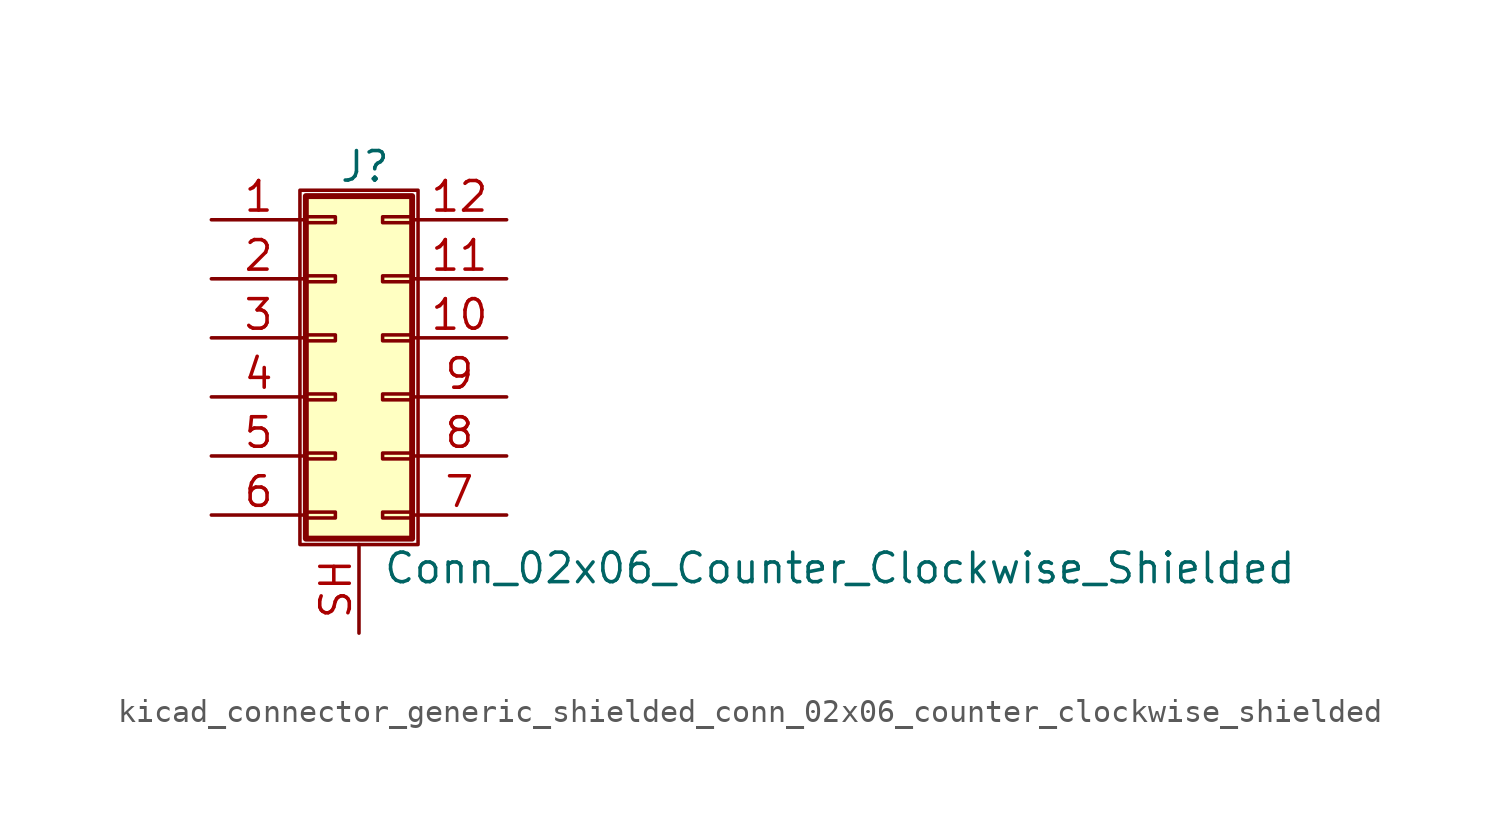
<source format=kicad_sym>
(kicad_symbol_lib
  (version 20220914)
  (generator kicad_symbol_editor)
  (symbol "kicad_connector_generic_shielded_conn_02x06_counter_clockwise_shielded"
    (pin_names
      (offset 1.016) hide)
    (property "Reference" "J"
      (at 1.524 7.366 0)
      (effects (font (size 1.27 1.27))))
    (property "Value" "Conn_02x06_Counter_Clockwise_Shielded"
      (at 2.286 -9.906 0)
      (effects (font (size 1.27 1.27)) (justify left)))
    (symbol "kicad_connector_generic_shielded_conn_02x06_counter_clockwise_shielded_1_1"
      (rectangle (start -1.27 6.35) (end 3.81 -8.89) (stroke (width 0.152) (type default)) (fill (type none)))
      (rectangle (start -1.016 -7.493) (end 0.254 -7.747) (stroke (width 0.152) (type default)) (fill (type none)))
      (rectangle (start -1.016 -4.953) (end 0.254 -5.207) (stroke (width 0.152) (type default)) (fill (type none)))
      (rectangle (start -1.016 -2.413) (end 0.254 -2.667) (stroke (width 0.152) (type default)) (fill (type none)))
      (rectangle (start -1.016 0.127) (end 0.254 -0.127) (stroke (width 0.152) (type default)) (fill (type none)))
      (rectangle (start -1.016 2.667) (end 0.254 2.413) (stroke (width 0.152) (type default)) (fill (type none)))
      (rectangle (start -1.016 5.207) (end 0.254 4.953) (stroke (width 0.152) (type default)) (fill (type none)))
      (rectangle (start -1.016 6.096) (end 3.556 -8.636) (stroke (width 0.254) (type default)) (fill (type background)))
      (rectangle (start 3.556 -7.493) (end 2.286 -7.747) (stroke (width 0.152) (type default)) (fill (type none)))
      (rectangle (start 3.556 -4.953) (end 2.286 -5.207) (stroke (width 0.152) (type default)) (fill (type none)))
      (rectangle (start 3.556 -2.413) (end 2.286 -2.667) (stroke (width 0.152) (type default)) (fill (type none)))
      (rectangle (start 3.556 0.127) (end 2.286 -0.127) (stroke (width 0.152) (type default)) (fill (type none)))
      (rectangle (start 3.556 2.667) (end 2.286 2.413) (stroke (width 0.152) (type default)) (fill (type none)))
      (rectangle (start 3.556 5.207) (end 2.286 4.953) (stroke (width 0.152) (type default)) (fill (type none)))
      (pin passive line (at -5.08 5.08 0) (length 4.064) (name "Pin_1" (effects (font (size 1.27 1.27)))) (number "1" (effects (font (size 1.27 1.27)))))
      (pin passive line (at 7.62 0 180) (length 4.064) (name "Pin_10" (effects (font (size 1.27 1.27)))) (number "10" (effects (font (size 1.27 1.27)))))
      (pin passive line (at 7.62 2.54 180) (length 4.064) (name "Pin_11" (effects (font (size 1.27 1.27)))) (number "11" (effects (font (size 1.27 1.27)))))
      (pin passive line (at 7.62 5.08 180) (length 4.064) (name "Pin_12" (effects (font (size 1.27 1.27)))) (number "12" (effects (font (size 1.27 1.27)))))
      (pin passive line (at -5.08 2.54 0) (length 4.064) (name "Pin_2" (effects (font (size 1.27 1.27)))) (number "2" (effects (font (size 1.27 1.27)))))
      (pin passive line (at -5.08 0 0) (length 4.064) (name "Pin_3" (effects (font (size 1.27 1.27)))) (number "3" (effects (font (size 1.27 1.27)))))
      (pin passive line (at -5.08 -2.54 0) (length 4.064) (name "Pin_4" (effects (font (size 1.27 1.27)))) (number "4" (effects (font (size 1.27 1.27)))))
      (pin passive line (at -5.08 -5.08 0) (length 4.064) (name "Pin_5" (effects (font (size 1.27 1.27)))) (number "5" (effects (font (size 1.27 1.27)))))
      (pin passive line (at -5.08 -7.62 0) (length 4.064) (name "Pin_6" (effects (font (size 1.27 1.27)))) (number "6" (effects (font (size 1.27 1.27)))))
      (pin passive line (at 7.62 -7.62 180) (length 4.064) (name "Pin_7" (effects (font (size 1.27 1.27)))) (number "7" (effects (font (size 1.27 1.27)))))
      (pin passive line (at 7.62 -5.08 180) (length 4.064) (name "Pin_8" (effects (font (size 1.27 1.27)))) (number "8" (effects (font (size 1.27 1.27)))))
      (pin passive line (at 7.62 -2.54 180) (length 4.064) (name "Pin_9" (effects (font (size 1.27 1.27)))) (number "9" (effects (font (size 1.27 1.27)))))
      (pin passive line (at 1.27 -12.7 90) (length 3.81) (name "Shield" (effects (font (size 1.27 1.27)))) (number "SH" (effects (font (size 1.27 1.27))))))))
</source>
